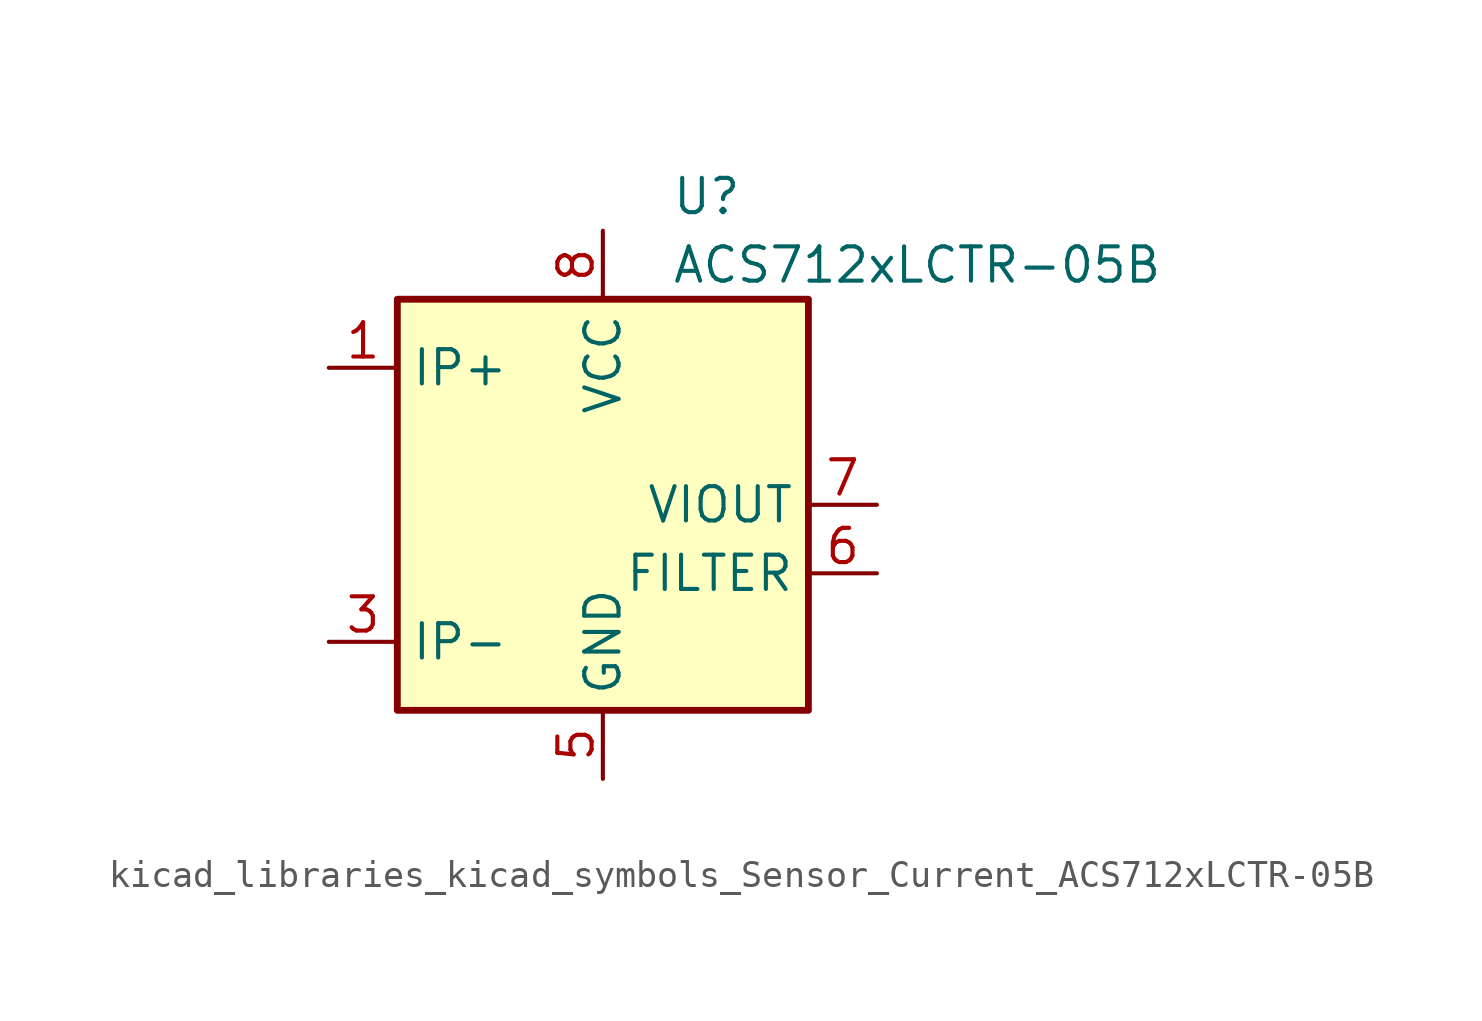
<source format=kicad_sym>
(kicad_symbol_lib
  (version 20220914)
  (generator kicad_symbol_editor)
  (symbol "kicad_libraries_kicad_symbols_Sensor_Current_ACS712xLCTR-05B"
    (property "Reference" "U"
      (at 2.54 11.43 0)
      (effects (font (size 1.27 1.27)) (justify left)))
    (property "Value" "ACS712xLCTR-05B"
      (at 2.54 8.89 0)
      (effects (font (size 1.27 1.27)) (justify left)))
    (symbol "kicad_libraries_kicad_symbols_Sensor_Current_ACS712xLCTR-05B_0_1"
      (rectangle (start -7.62 7.62) (end 7.62 -7.62) (stroke (width 0.254) (type default)) (fill (type background))))
    (symbol "kicad_libraries_kicad_symbols_Sensor_Current_ACS712xLCTR-05B_1_1"
      (pin passive line (at -10.16 5.08 0) (length 2.54) (name "IP+" (effects (font (size 1.27 1.27)))) (number "1" (effects (font (size 1.27 1.27)))))
      (pin passive line (at -10.16 5.08 0) (length 2.54) hide (name "IP+" (effects (font (size 1.27 1.27)))) (number "2" (effects (font (size 1.27 1.27)))))
      (pin passive line (at -10.16 -5.08 0) (length 2.54) (name "IP-" (effects (font (size 1.27 1.27)))) (number "3" (effects (font (size 1.27 1.27)))))
      (pin passive line (at -10.16 -5.08 0) (length 2.54) hide (name "IP-" (effects (font (size 1.27 1.27)))) (number "4" (effects (font (size 1.27 1.27)))))
      (pin power_in line (at 0 -10.16 90) (length 2.54) (name "GND" (effects (font (size 1.27 1.27)))) (number "5" (effects (font (size 1.27 1.27)))))
      (pin passive line (at 10.16 -2.54 180) (length 2.54) (name "FILTER" (effects (font (size 1.27 1.27)))) (number "6" (effects (font (size 1.27 1.27)))))
      (pin output line (at 10.16 0 180) (length 2.54) (name "VIOUT" (effects (font (size 1.27 1.27)))) (number "7" (effects (font (size 1.27 1.27)))))
      (pin power_in line (at 0 10.16 270) (length 2.54) (name "VCC" (effects (font (size 1.27 1.27)))) (number "8" (effects (font (size 1.27 1.27))))))))
</source>
